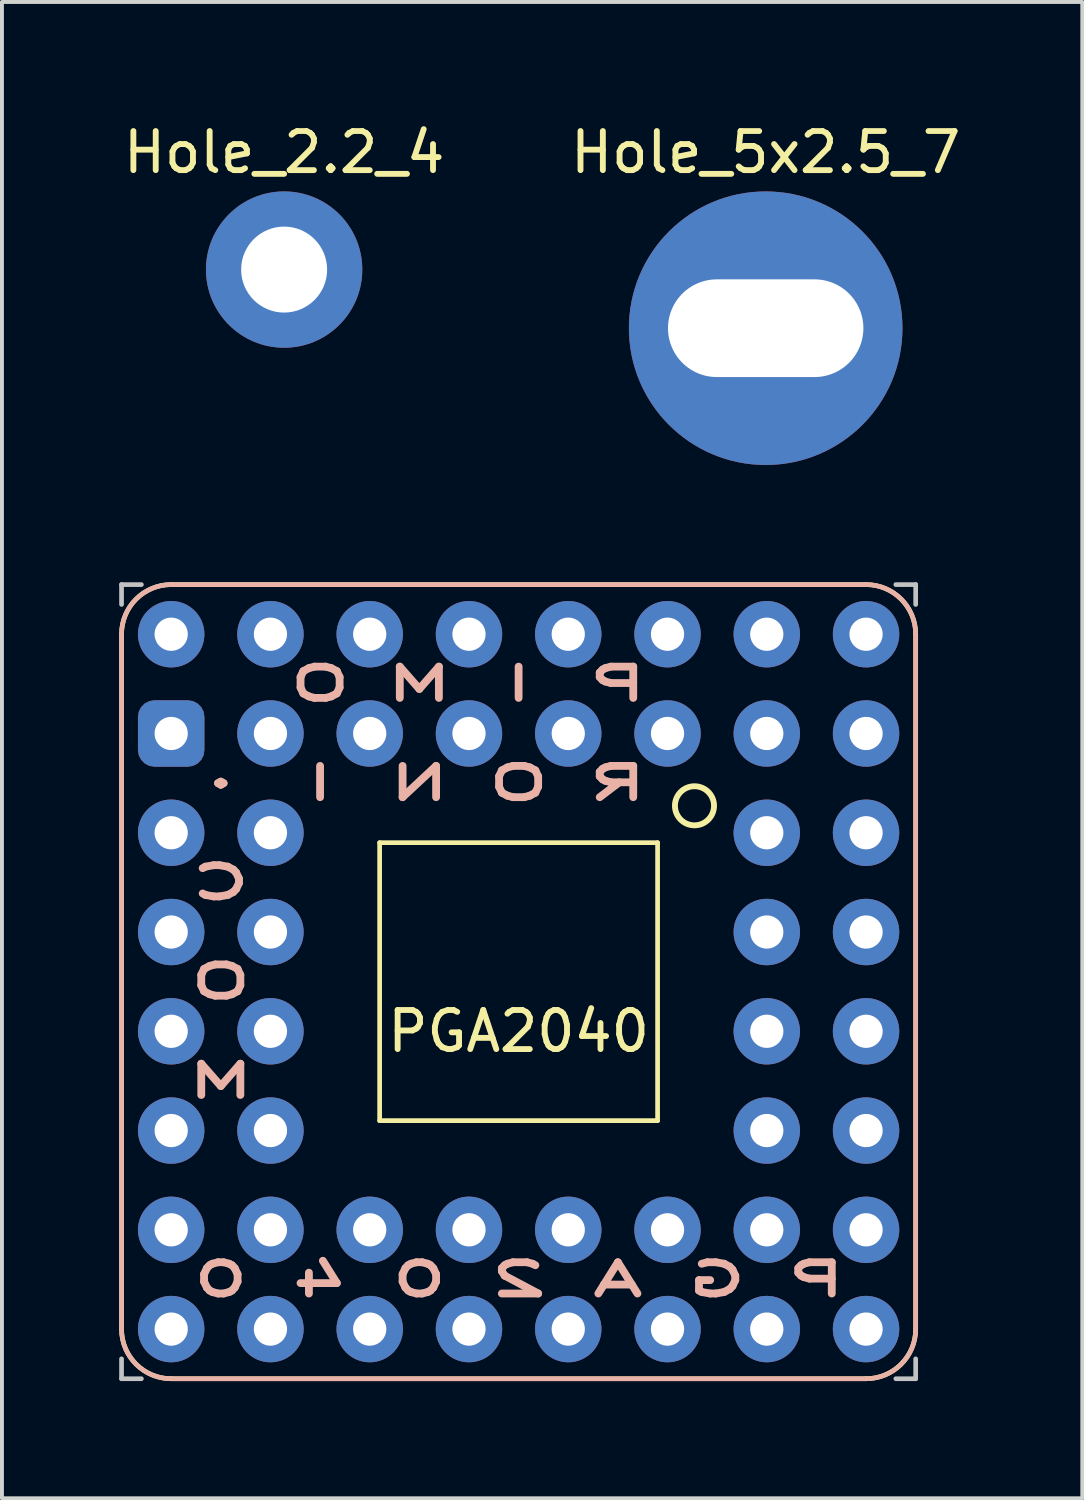
<source format=kicad_pcb>
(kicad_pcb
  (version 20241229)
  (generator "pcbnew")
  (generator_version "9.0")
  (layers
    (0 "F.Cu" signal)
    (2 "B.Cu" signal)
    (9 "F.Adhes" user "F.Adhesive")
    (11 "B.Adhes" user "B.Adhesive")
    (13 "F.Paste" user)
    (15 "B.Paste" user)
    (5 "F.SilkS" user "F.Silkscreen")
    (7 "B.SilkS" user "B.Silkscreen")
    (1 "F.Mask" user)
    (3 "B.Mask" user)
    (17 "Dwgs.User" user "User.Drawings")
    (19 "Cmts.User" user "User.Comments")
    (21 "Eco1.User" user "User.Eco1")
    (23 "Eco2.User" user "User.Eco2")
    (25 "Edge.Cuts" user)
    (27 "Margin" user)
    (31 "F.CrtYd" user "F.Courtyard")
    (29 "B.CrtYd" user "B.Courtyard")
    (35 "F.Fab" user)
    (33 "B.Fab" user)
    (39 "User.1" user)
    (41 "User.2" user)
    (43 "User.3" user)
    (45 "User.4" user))
  (footprint "PGA2040"
    (layer "F.Cu")
    (at 10.22 22.068)
    (property "Reference" "PGA2040" (at 0 1.27 0) (layer "F.SilkS") (effects (font (size 1 1) (thickness 0.15))))
    (attr through_hole)
    (fp_line (start -10.16 -8.89) (end -10.16 8.89) (stroke (width 0.12) (type solid)) (layer "F.SilkS"))
    (fp_line (start -8.89 10.16) (end 8.89 10.16) (stroke (width 0.12) (type solid)) (layer "F.SilkS"))
    (fp_line (start -3.556 -3.556) (end -3.556 3.556) (stroke (width 0.12) (type solid)) (layer "F.SilkS"))
    (fp_line (start -3.556 3.556) (end 3.556 3.556) (stroke (width 0.12) (type solid)) (layer "F.SilkS"))
    (fp_line (start 3.556 -3.556) (end -3.556 -3.556) (stroke (width 0.12) (type solid)) (layer "F.SilkS"))
    (fp_line (start 3.556 3.556) (end 3.556 -3.556) (stroke (width 0.12) (type solid)) (layer "F.SilkS"))
    (fp_line (start 8.89 -10.16) (end -8.89 -10.16) (stroke (width 0.12) (type solid)) (layer "F.SilkS"))
    (fp_line (start 10.16 8.89) (end 10.16 -8.89) (stroke (width 0.12) (type solid)) (layer "F.SilkS"))
    (fp_arc (start -10.16 -8.89) (mid -9.788026 -9.788026) (end -8.89 -10.16) (stroke (width 0.12) (type solid)) (layer "F.SilkS"))
    (fp_arc (start -8.89 10.16) (mid -9.788026 9.788026) (end -10.16 8.89) (stroke (width 0.12) (type solid)) (layer "F.SilkS"))
    (fp_arc (start 8.89 -10.16) (mid 9.788026 -9.788026) (end 10.16 -8.89) (stroke (width 0.12) (type solid)) (layer "F.SilkS"))
    (fp_arc (start 10.16 8.89) (mid 9.788026 9.788026) (end 8.89 10.16) (stroke (width 0.12) (type solid)) (layer "F.SilkS"))
    (fp_circle (center 4.5 -4.5) (end 5 -4.5) (stroke (width 0.15) (type solid)) (fill no) (layer "F.SilkS"))
    (fp_line (start -10.16 -8.89) (end -10.16 8.89) (stroke (width 0.12) (type solid)) (layer "B.SilkS"))
    (fp_line (start -8.89 -10.16) (end 8.89 -10.16) (stroke (width 0.12) (type solid)) (layer "B.SilkS"))
    (fp_line (start -8.89 10.16) (end 8.89 10.16) (stroke (width 0.12) (type solid)) (layer "B.SilkS"))
    (fp_line (start 10.16 8.89) (end 10.16 -8.89) (stroke (width 0.12) (type solid)) (layer "B.SilkS"))
    (fp_arc (start -10.16 -8.89) (mid -9.788026 -9.788026) (end -8.89 -10.16) (stroke (width 0.12) (type solid)) (layer "B.SilkS"))
    (fp_arc (start -8.89 10.16) (mid -9.788026 9.788026) (end -10.16 8.89) (stroke (width 0.12) (type solid)) (layer "B.SilkS"))
    (fp_arc (start 8.89 -10.16) (mid 9.788026 -9.788026) (end 10.16 -8.89) (stroke (width 0.12) (type solid)) (layer "B.SilkS"))
    (fp_arc (start 10.16 8.89) (mid 9.788026 9.788026) (end 8.89 10.16) (stroke (width 0.12) (type solid)) (layer "B.SilkS"))
    (fp_line (start -10.16 -10.16) (end -10.16 -9.652) (stroke (width 0.12) (type solid)) (layer "Dwgs.User"))
    (fp_line (start -10.16 9.652) (end -10.16 10.16) (stroke (width 0.12) (type solid)) (layer "Dwgs.User"))
    (fp_line (start -9.652 -10.16) (end -10.16 -10.16) (stroke (width 0.12) (type solid)) (layer "Dwgs.User"))
    (fp_line (start -9.652 10.16) (end -10.16 10.16) (stroke (width 0.12) (type solid)) (layer "Dwgs.User"))
    (fp_line (start 10.16 -10.16) (end 9.652 -10.16) (stroke (width 0.12) (type solid)) (layer "Dwgs.User"))
    (fp_line (start 10.16 -10.16) (end 10.16 -9.652) (stroke (width 0.12) (type solid)) (layer "Dwgs.User"))
    (fp_line (start 10.16 9.652) (end 10.16 10.16) (stroke (width 0.12) (type solid)) (layer "Dwgs.User"))
    (fp_line (start 10.16 10.16) (end 9.652 10.16) (stroke (width 0.12) (type solid)) (layer "Dwgs.User"))
    (fp_text user "N" (at -2.54 -5.08 0) (layer "B.SilkS") (effects (font (size 0.8 1.5) (thickness 0.2)) (justify mirror)))
    (fp_text user "I" (at 0 -7.62 0) (layer "B.SilkS") (effects (font (size 0.8 1.5) (thickness 0.2)) (justify mirror)))
    (fp_text user "G" (at 5.08 7.62 0) (layer "B.SilkS") (effects (font (size 0.8 1.5) (thickness 0.2)) (justify mirror)))
    (fp_text user "R" (at 2.54 -5.08 0) (layer "B.SilkS") (effects (font (size 0.8 1.5) (thickness 0.2)) (justify mirror)))
    (fp_text user "O" (at -5.08 -7.62 0) (layer "B.SilkS") (effects (font (size 0.8 1.5) (thickness 0.2)) (justify mirror)))
    (fp_text user "A" (at 2.54 7.62 0) (layer "B.SilkS") (effects (font (size 0.8 1.5) (thickness 0.2)) (justify mirror)))
    (fp_text user "2" (at 0 7.62 0) (layer "B.SilkS") (effects (font (size 0.8 1.5) (thickness 0.2)) (justify mirror)))
    (fp_text user "O" (at 0 -5.08 0) (layer "B.SilkS") (effects (font (size 0.8 1.5) (thickness 0.2)) (justify mirror)))
    (fp_text user "." (at -7.62 -5.4 0) (layer "B.SilkS") (effects (font (size 0.8 1.5) (thickness 0.2)) (justify mirror)))
    (fp_text user "C" (at -7.62 -2.54 0) (layer "B.SilkS") (effects (font (size 0.8 1.5) (thickness 0.2)) (justify mirror)))
    (fp_text user "O" (at -7.62 0 0) (layer "B.SilkS") (effects (font (size 0.8 1.5) (thickness 0.2)) (justify mirror)))
    (fp_text user "I" (at -5.08 -5.08 0) (layer "B.SilkS") (effects (font (size 0.8 1.5) (thickness 0.2)) (justify mirror)))
    (fp_text user "4" (at -5.08 7.62 0) (layer "B.SilkS") (effects (font (size 0.8 1.5) (thickness 0.2)) (justify mirror)))
    (fp_text user "P" (at 2.54 -7.62 0) (layer "B.SilkS") (effects (font (size 0.8 1.5) (thickness 0.2)) (justify mirror)))
    (fp_text user "P" (at 7.62 7.62 0) (layer "B.SilkS") (effects (font (size 0.8 1.5) (thickness 0.2)) (justify mirror)))
    (fp_text user "0" (at -7.62 7.62 0) (layer "B.SilkS") (effects (font (size 0.8 1.5) (thickness 0.2)) (justify mirror)))
    (fp_text user "M" (at -7.62 2.54 0) (layer "B.SilkS") (effects (font (size 0.8 1.5) (thickness 0.2)) (justify mirror)))
    (fp_text user "M" (at -2.54 -7.62 0) (layer "B.SilkS") (effects (font (size 0.8 1.5) (thickness 0.2)) (justify mirror)))
    (fp_text user "0" (at -2.54 7.62 0) (layer "B.SilkS") (effects (font (size 0.8 1.5) (thickness 0.2)) (justify mirror)))
    (pad "1" thru_hole roundrect (at -8.89 -6.35) (size 1.7 1.7) (drill 0.85) (layers "*.Cu" "*.Mask") (roundrect_rratio 0.25))
    (pad "2" thru_hole circle (at -8.89 -3.81) (size 1.7 1.7) (drill 0.85) (layers "*.Cu" "*.Mask"))
    (pad "3" thru_hole circle (at -6.35 -3.81) (size 1.7 1.7) (drill 0.85) (layers "*.Cu" "*.Mask"))
    (pad "4" thru_hole circle (at -8.89 -1.27) (size 1.7 1.7) (drill 0.85) (layers "*.Cu" "*.Mask"))
    (pad "5" thru_hole circle (at -6.35 -1.27) (size 1.7 1.7) (drill 0.85) (layers "*.Cu" "*.Mask"))
    (pad "6" thru_hole circle (at -8.89 1.27) (size 1.7 1.7) (drill 0.85) (layers "*.Cu" "*.Mask"))
    (pad "7" thru_hole circle (at -6.35 1.27) (size 1.7 1.7) (drill 0.85) (layers "*.Cu" "*.Mask"))
    (pad "8" thru_hole circle (at -8.89 3.81) (size 1.7 1.7) (drill 0.85) (layers "*.Cu" "*.Mask"))
    (pad "9" thru_hole circle (at -6.35 3.81) (size 1.7 1.7) (drill 0.85) (layers "*.Cu" "*.Mask"))
    (pad "10" thru_hole circle (at -8.89 6.35) (size 1.7 1.7) (drill 0.85) (layers "*.Cu" "*.Mask"))
    (pad "11" thru_hole circle (at -6.35 6.35) (size 1.7 1.7) (drill 0.85) (layers "*.Cu" "*.Mask"))
    (pad "12" thru_hole circle (at -8.89 8.89) (size 1.7 1.7) (drill 0.85) (layers "*.Cu" "*.Mask"))
    (pad "13" thru_hole circle (at -6.35 8.89) (size 1.7 1.7) (drill 0.85) (layers "*.Cu" "*.Mask"))
    (pad "14" thru_hole circle (at -3.81 8.89) (size 1.7 1.7) (drill 0.85) (layers "*.Cu" "*.Mask"))
    (pad "15" thru_hole circle (at -3.81 6.35) (size 1.7 1.7) (drill 0.85) (layers "*.Cu" "*.Mask"))
    (pad "16" thru_hole circle (at -1.27 8.89) (size 1.7 1.7) (drill 0.85) (layers "*.Cu" "*.Mask"))
    (pad "17" thru_hole circle (at -1.27 6.35) (size 1.7 1.7) (drill 0.85) (layers "*.Cu" "*.Mask"))
    (pad "18" thru_hole circle (at 1.27 8.89) (size 1.7 1.7) (drill 0.85) (layers "*.Cu" "*.Mask"))
    (pad "19" thru_hole circle (at 1.27 6.35) (size 1.7 1.7) (drill 0.85) (layers "*.Cu" "*.Mask"))
    (pad "20" thru_hole circle (at 3.81 8.89) (size 1.7 1.7) (drill 0.85) (layers "*.Cu" "*.Mask"))
    (pad "21" thru_hole circle (at 3.81 6.35) (size 1.7 1.7) (drill 0.85) (layers "*.Cu" "*.Mask"))
    (pad "22" thru_hole circle (at 6.35 8.89) (size 1.7 1.7) (drill 0.85) (layers "*.Cu" "*.Mask"))
    (pad "23" thru_hole circle (at 6.35 6.35) (size 1.7 1.7) (drill 0.85) (layers "*.Cu" "*.Mask"))
    (pad "24" thru_hole circle (at 8.89 8.89) (size 1.7 1.7) (drill 0.85) (layers "*.Cu" "*.Mask"))
    (pad "25" thru_hole circle (at 8.89 6.35) (size 1.7 1.7) (drill 0.85) (layers "*.Cu" "*.Mask"))
    (pad "26" thru_hole circle (at 8.89 3.81) (size 1.7 1.7) (drill 0.85) (layers "*.Cu" "*.Mask"))
    (pad "27" thru_hole circle (at 6.35 3.81) (size 1.7 1.7) (drill 0.85) (layers "*.Cu" "*.Mask"))
    (pad "28" thru_hole circle (at 8.89 1.27) (size 1.7 1.7) (drill 0.85) (layers "*.Cu" "*.Mask"))
    (pad "29" thru_hole circle (at 6.35 1.27) (size 1.7 1.7) (drill 0.85) (layers "*.Cu" "*.Mask"))
    (pad "30" thru_hole circle (at 8.89 -1.27) (size 1.7 1.7) (drill 0.85) (layers "*.Cu" "*.Mask"))
    (pad "31" thru_hole circle (at 6.35 -1.27) (size 1.7 1.7) (drill 0.85) (layers "*.Cu" "*.Mask"))
    (pad "32" thru_hole circle (at 8.89 -3.81) (size 1.7 1.7) (drill 0.85) (layers "*.Cu" "*.Mask"))
    (pad "33" thru_hole circle (at 6.35 -3.81) (size 1.7 1.7) (drill 0.85) (layers "*.Cu" "*.Mask"))
    (pad "34" thru_hole circle (at 8.89 -6.35) (size 1.7 1.7) (drill 0.85) (layers "*.Cu" "*.Mask"))
    (pad "35" thru_hole circle (at 6.35 -6.35) (size 1.7 1.7) (drill 0.85) (layers "*.Cu" "*.Mask"))
    (pad "36" thru_hole circle (at 8.89 -8.89) (size 1.7 1.7) (drill 0.85) (layers "*.Cu" "*.Mask"))
    (pad "37" thru_hole circle (at 6.35 -8.89) (size 1.7 1.7) (drill 0.85) (layers "*.Cu" "*.Mask"))
    (pad "38" thru_hole circle (at 3.81 -8.89) (size 1.7 1.7) (drill 0.85) (layers "*.Cu" "*.Mask"))
    (pad "39" thru_hole circle (at 3.81 -6.35) (size 1.7 1.7) (drill 0.85) (layers "*.Cu" "*.Mask"))
    (pad "40" thru_hole circle (at 1.27 -8.89) (size 1.7 1.7) (drill 0.85) (layers "*.Cu" "*.Mask"))
    (pad "41" thru_hole circle (at 1.27 -6.35) (size 1.7 1.7) (drill 0.85) (layers "*.Cu" "*.Mask"))
    (pad "42" thru_hole circle (at -1.27 -8.89) (size 1.7 1.7) (drill 0.85) (layers "*.Cu" "*.Mask"))
    (pad "43" thru_hole circle (at -1.27 -6.35) (size 1.7 1.7) (drill 0.85) (layers "*.Cu" "*.Mask"))
    (pad "44" thru_hole circle (at -3.81 -8.89) (size 1.7 1.7) (drill 0.85) (layers "*.Cu" "*.Mask"))
    (pad "45" thru_hole circle (at -3.81 -6.35) (size 1.7 1.7) (drill 0.85) (layers "*.Cu" "*.Mask"))
    (pad "46" thru_hole circle (at -6.35 -8.89) (size 1.7 1.7) (drill 0.85) (layers "*.Cu" "*.Mask"))
    (pad "47" thru_hole circle (at -6.35 -6.35) (size 1.7 1.7) (drill 0.85) (layers "*.Cu" "*.Mask"))
    (pad "48" thru_hole circle (at -8.89 -8.89) (size 1.7 1.7) (drill 0.85) (layers "*.Cu" "*.Mask")))
  (footprint "Hole_5x2.5_7"
    (layer "F.Cu")
    (at 16.542 5.348)
    (property "Reference" "Hole_5x2.5_7" (at 0 -4.5 0) (layer "F.SilkS") (effects (font (size 1 1) (thickness 0.15))))
    (attr through_hole)
    (pad "" thru_hole circle (at 0 0) (size 7 7) (drill oval 5 2.5) (layers "*.Cu" "*.Mask")))
  (footprint "Hole_2.2_4"
    (layer "F.Cu")
    (at 4.22 3.848)
    (property "Reference" "Hole_2.2_4" (at 0 -3 0) (layer "F.SilkS") (effects (font (size 1 1) (thickness 0.15))))
    (attr through_hole)
    (pad "1" thru_hole circle (at 0 0) (size 4 4) (drill 2.2) (layers "*.Cu" "*.Mask")))
  (gr_rect
    (start -3 -3)
    (end 24.643 35.288)
    (stroke (width 0.1) (type default))
    (fill no)
    (layer "Edge.Cuts")))
</source>
